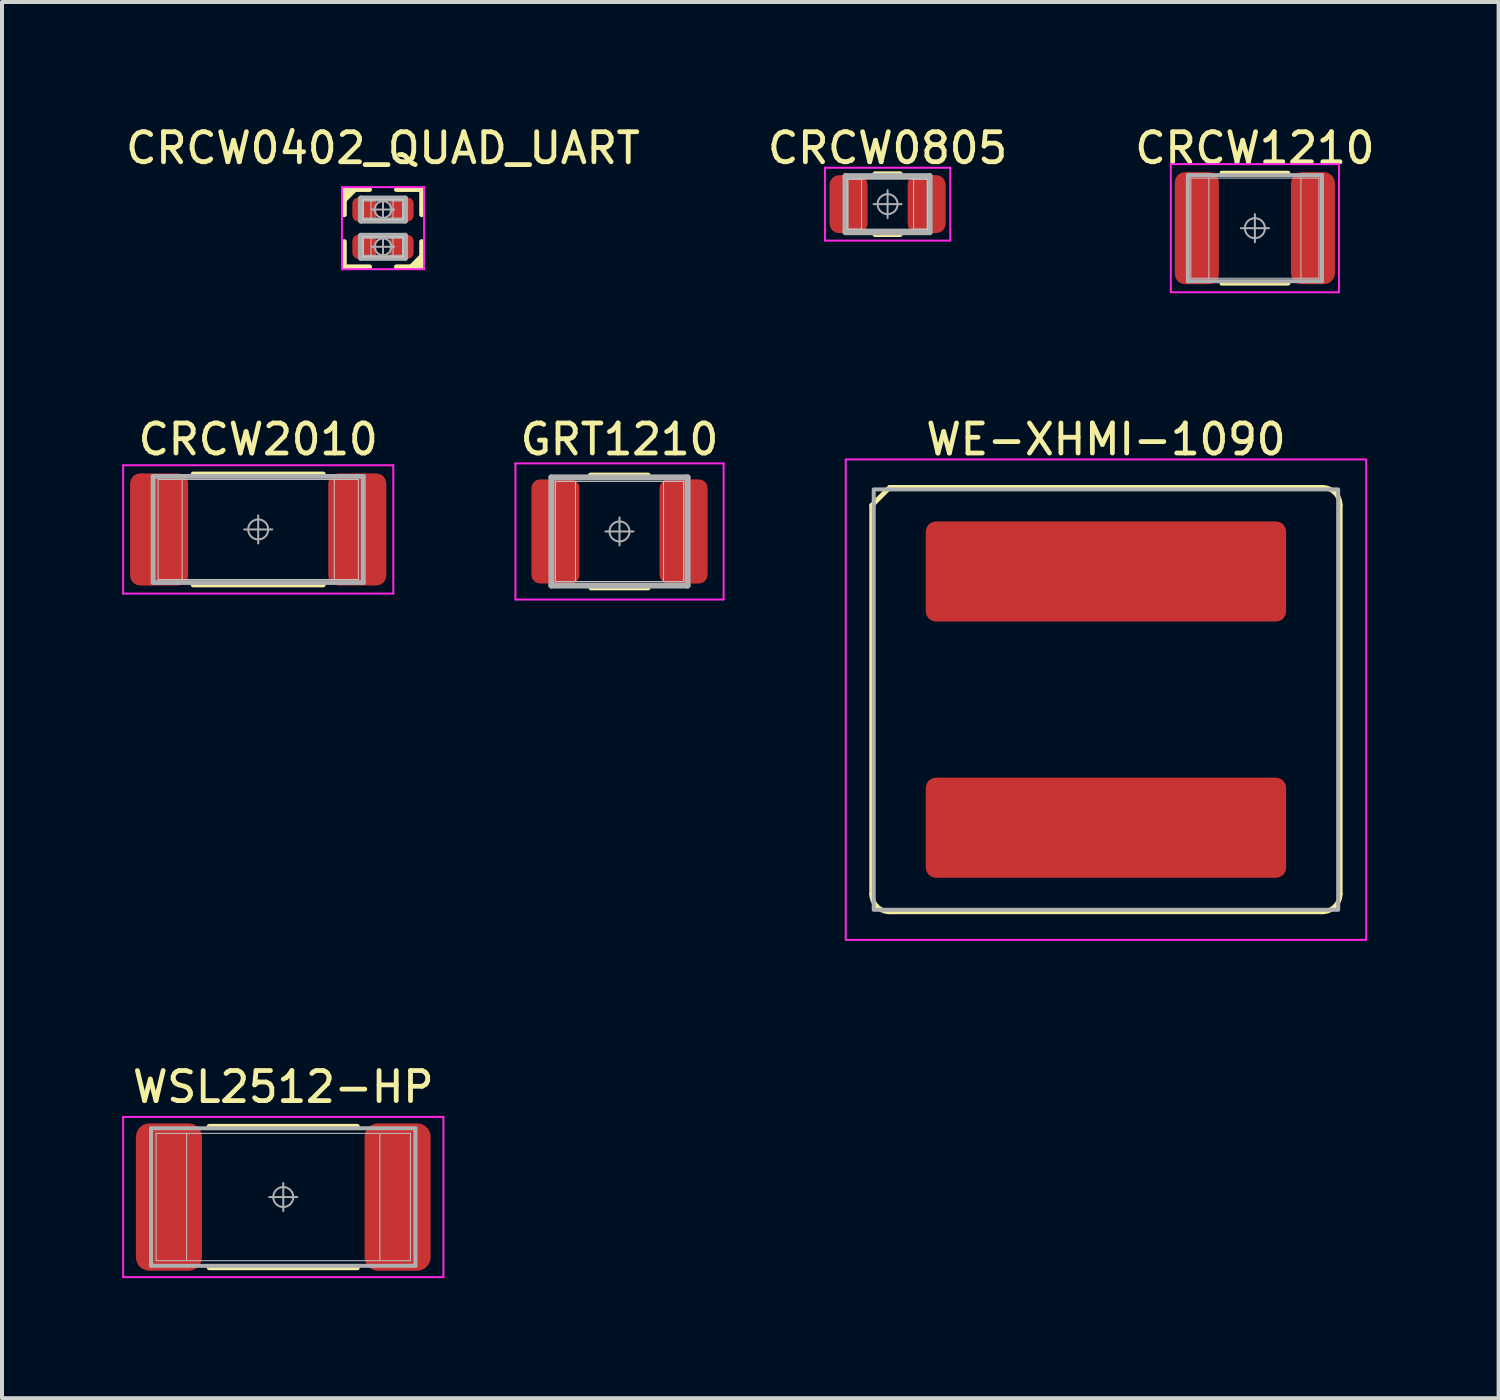
<source format=kicad_pcb>
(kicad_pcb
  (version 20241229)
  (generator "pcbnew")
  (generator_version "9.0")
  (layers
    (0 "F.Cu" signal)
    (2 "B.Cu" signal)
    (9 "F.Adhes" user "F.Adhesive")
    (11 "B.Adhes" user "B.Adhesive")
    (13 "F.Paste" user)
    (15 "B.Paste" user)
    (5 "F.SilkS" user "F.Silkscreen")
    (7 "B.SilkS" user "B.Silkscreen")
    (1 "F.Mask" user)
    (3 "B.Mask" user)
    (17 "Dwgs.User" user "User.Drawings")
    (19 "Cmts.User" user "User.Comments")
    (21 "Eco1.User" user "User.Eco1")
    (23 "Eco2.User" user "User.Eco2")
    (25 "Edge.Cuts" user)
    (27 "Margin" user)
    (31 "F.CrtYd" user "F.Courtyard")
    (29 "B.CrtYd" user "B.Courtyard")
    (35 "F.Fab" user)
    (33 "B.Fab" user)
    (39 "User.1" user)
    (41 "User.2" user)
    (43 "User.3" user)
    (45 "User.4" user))
  (footprint "CRCW1210"
    (layer "F.Cu")
    (at 28.293 2.649)
    (property "Reference" "CRCW1210" (at 0 -2 0) (layer "F.SilkS") (effects (font (size 0.75 0.75) (thickness 0.12))))
    (attr smd)
    (fp_line (start -0.825 -1.375) (end 0.825 -1.375) (stroke (width 0.12) (type solid)) (layer "F.SilkS"))
    (fp_line (start -0.825 1.375) (end 0.825 1.375) (stroke (width 0.12) (type solid)) (layer "F.SilkS"))
    (fp_line (start -1.6 -1.25) (end 1.6 -1.25) (stroke (width 0.025) (type solid)) (layer "Dwgs.User"))
    (fp_line (start -1.6 1.25) (end -1.6 -1.25) (stroke (width 0.025) (type solid)) (layer "Dwgs.User"))
    (fp_line (start -1.15 -1.25) (end -1.15 1.25) (stroke (width 0.025) (type solid)) (layer "Dwgs.User"))
    (fp_line (start 1.15 -1.25) (end 1.15 1.25) (stroke (width 0.025) (type solid)) (layer "Dwgs.User"))
    (fp_line (start 1.6 -1.25) (end 1.6 1.25) (stroke (width 0.025) (type solid)) (layer "Dwgs.User"))
    (fp_line (start 1.6 1.25) (end -1.6 1.25) (stroke (width 0.025) (type solid)) (layer "Dwgs.User"))
    (fp_line (start -2.1 -1.6) (end 2.1 -1.6) (stroke (width 0.05) (type solid)) (layer "F.CrtYd"))
    (fp_line (start -2.1 1.6) (end -2.1 -1.6) (stroke (width 0.05) (type solid)) (layer "F.CrtYd"))
    (fp_line (start 2.1 -1.6) (end 2.1 1.6) (stroke (width 0.05) (type solid)) (layer "F.CrtYd"))
    (fp_line (start 2.1 1.6) (end -2.1 1.6) (stroke (width 0.05) (type solid)) (layer "F.CrtYd"))
    (fp_line (start -1.675 -1.325) (end 1.675 -1.325) (stroke (width 0.1) (type solid)) (layer "F.Fab"))
    (fp_line (start -1.675 1.325) (end -1.675 -1.325) (stroke (width 0.1) (type solid)) (layer "F.Fab"))
    (fp_line (start 0 -0.35) (end 0 0.35) (stroke (width 0.05) (type solid)) (layer "F.Fab"))
    (fp_line (start 0.35 0) (end -0.35 0) (stroke (width 0.05) (type solid)) (layer "F.Fab"))
    (fp_line (start 1.675 -1.325) (end 1.675 1.325) (stroke (width 0.1) (type solid)) (layer "F.Fab"))
    (fp_line (start 1.675 1.325) (end -1.675 1.325) (stroke (width 0.1) (type solid)) (layer "F.Fab"))
    (fp_circle (center 0 0) (end 0.25 0) (stroke (width 0.05) (type solid)) (fill no) (layer "F.Fab"))
    (pad "1" smd roundrect (at -1.45 0) (size 1.1 2.8) (layers "F.Cu" "F.Mask" "F.Paste") (roundrect_rratio 0.227))
    (pad "2" smd roundrect (at 1.45 0) (size 1.1 2.8) (layers "F.Cu" "F.Mask" "F.Paste") (roundrect_rratio 0.25)))
  (footprint "WSL2512-HP"
    (layer "F.Cu")
    (at 4.025 26.848)
    (property "Reference" "WSL2512-HP" (at 0 -2.75 0) (layer "F.SilkS") (effects (font (size 0.75 0.75) (thickness 0.12))))
    (attr smd)
    (fp_line (start -1.85 -1.767) (end 1.85 -1.767) (stroke (width 0.12) (type solid)) (layer "F.SilkS"))
    (fp_line (start -1.85 1.767) (end 1.85 1.767) (stroke (width 0.12) (type solid)) (layer "F.SilkS"))
    (fp_line (start -3.175 -1.59) (end 3.175 -1.59) (stroke (width 0.025) (type solid)) (layer "Dwgs.User"))
    (fp_line (start -3.175 1.59) (end -3.175 -1.59) (stroke (width 0.025) (type solid)) (layer "Dwgs.User"))
    (fp_line (start -2.413 -1.59) (end -2.413 1.59) (stroke (width 0.025) (type solid)) (layer "Dwgs.User"))
    (fp_line (start 2.413 1.59) (end 2.413 -1.59) (stroke (width 0.025) (type solid)) (layer "Dwgs.User"))
    (fp_line (start 3.175 -1.59) (end 3.175 1.59) (stroke (width 0.025) (type solid)) (layer "Dwgs.User"))
    (fp_line (start 3.175 1.59) (end -3.175 1.59) (stroke (width 0.025) (type solid)) (layer "Dwgs.User"))
    (fp_line (start -4 -2) (end 4 -2) (stroke (width 0.05) (type solid)) (layer "F.CrtYd"))
    (fp_line (start -4 2) (end -4 -2) (stroke (width 0.05) (type solid)) (layer "F.CrtYd"))
    (fp_line (start 4 -2) (end 4 2) (stroke (width 0.05) (type solid)) (layer "F.CrtYd"))
    (fp_line (start 4 2) (end -4 2) (stroke (width 0.05) (type solid)) (layer "F.CrtYd"))
    (fp_line (start -3.302 -1.717) (end 3.302 -1.717) (stroke (width 0.1) (type solid)) (layer "F.Fab"))
    (fp_line (start -3.302 1.717) (end -3.302 -1.717) (stroke (width 0.1) (type solid)) (layer "F.Fab"))
    (fp_line (start 0 -0.35) (end 0 0.35) (stroke (width 0.05) (type solid)) (layer "F.Fab"))
    (fp_line (start 0.35 0) (end -0.35 0) (stroke (width 0.05) (type solid)) (layer "F.Fab"))
    (fp_line (start 3.302 -1.717) (end 3.302 1.717) (stroke (width 0.1) (type solid)) (layer "F.Fab"))
    (fp_line (start 3.302 1.717) (end -3.302 1.717) (stroke (width 0.1) (type solid)) (layer "F.Fab"))
    (fp_circle (center 0 0) (end 0.25 0) (stroke (width 0.05) (type solid)) (fill no) (layer "F.Fab"))
    (pad "1" smd roundrect (at -2.855 0) (size 1.65 3.68) (layers "F.Cu" "F.Mask" "F.Paste") (roundrect_rratio 0.2))
    (pad "2" smd roundrect (at 2.855 0) (size 1.65 3.68) (layers "F.Cu" "F.Mask" "F.Paste") (roundrect_rratio 0.2)))
  (footprint "WE-XHMI-1090"
    (layer "F.Cu")
    (at 24.573 14.424)
    (property "Reference" "WE-XHMI-1090" (at 0 -6.5 0) (unlocked yes) (layer "F.SilkS") (effects (font (size 0.75 0.75) (thickness 0.12))))
    (attr smd)
    (fp_line (start -5.85 -4.85) (end -5.85 4.85) (stroke (width 0.12) (type solid)) (layer "F.SilkS"))
    (fp_line (start -5.4 -5.3) (end -5.85 -4.85) (stroke (width 0.12) (type solid)) (layer "F.SilkS"))
    (fp_line (start -5.4 5.3) (end 5.4 5.3) (stroke (width 0.12) (type solid)) (layer "F.SilkS"))
    (fp_line (start 5.4 -5.3) (end -5.4 -5.3) (stroke (width 0.12) (type solid)) (layer "F.SilkS"))
    (fp_line (start 5.85 4.85) (end 5.85 -4.85) (stroke (width 0.12) (type solid)) (layer "F.SilkS"))
    (fp_arc (start -5.4 5.3) (mid -5.718198 5.168198) (end -5.85 4.85) (stroke (width 0.12) (type solid)) (layer "F.SilkS"))
    (fp_arc (start 5.4 -5.3) (mid 5.718198 -5.168198) (end 5.85 -4.85) (stroke (width 0.12) (type solid)) (layer "F.SilkS"))
    (fp_arc (start 5.85 4.85) (mid 5.718198 5.168198) (end 5.4 5.3) (stroke (width 0.12) (type solid)) (layer "F.SilkS"))
    (fp_rect (start -6.5 -6) (end 6.5 6) (stroke (width 0.05) (type solid)) (fill no) (layer "F.CrtYd"))
    (fp_rect (start -5.8 -5.25) (end 5.8 5.25) (stroke (width 0.1) (type solid)) (fill no) (layer "F.Fab"))
    (pad "1" smd roundrect (at 0 -3.2) (size 9 2.5) (layers "F.Cu" "F.Mask" "F.Paste") (roundrect_rratio 0.1))
    (pad "2" smd roundrect (at 0 3.2) (size 9 2.5) (layers "F.Cu" "F.Mask" "F.Paste") (roundrect_rratio 0.1)))
  (footprint "CRCW0402_QUAD_UART"
    (layer "F.Cu")
    (at 6.516 2.649)
    (property "Reference" "CRCW0402_QUAD_UART" (at 0 -2 0) (layer "F.SilkS") (effects (font (size 0.75 0.75) (thickness 0.12))))
    (attr smd)
    (fp_line (start -0.965 -0.965) (end -0.335 -0.965) (stroke (width 0.12) (type solid)) (layer "F.SilkS"))
    (fp_line (start -0.965 -0.335) (end -0.965 -0.965) (stroke (width 0.12) (type solid)) (layer "F.SilkS"))
    (fp_line (start -0.965 0.965) (end -0.965 0.335) (stroke (width 0.12) (type solid)) (layer "F.SilkS"))
    (fp_line (start -0.335 0.965) (end -0.965 0.965) (stroke (width 0.12) (type solid)) (layer "F.SilkS"))
    (fp_line (start 0.335 0.965) (end 0.965 0.965) (stroke (width 0.12) (type solid)) (layer "F.SilkS"))
    (fp_line (start 0.965 -0.965) (end 0.335 -0.965) (stroke (width 0.12) (type solid)) (layer "F.SilkS"))
    (fp_line (start 0.965 -0.335) (end 0.965 -0.965) (stroke (width 0.12) (type solid)) (layer "F.SilkS"))
    (fp_line (start 0.965 0.965) (end 0.965 0.335) (stroke (width 0.12) (type solid)) (layer "F.SilkS"))
    (fp_poly (pts (xy -0.965 -0.965) (xy -0.7 -0.965) (xy -0.965 -0.7)) (stroke (width 0.12) (type solid)) (fill yes) (layer "F.SilkS"))
    (fp_poly (pts (xy 0.965 0.965) (xy 0.7 0.965) (xy 0.965 0.7)) (stroke (width 0.12) (type solid)) (fill yes) (layer "F.SilkS"))
    (fp_line (start -0.5 -0.715) (end -0.3 -0.715) (stroke (width 0.025) (type solid)) (layer "Dwgs.User"))
    (fp_line (start -0.5 -0.715) (end 0.5 -0.715) (stroke (width 0.025) (type solid)) (layer "Dwgs.User"))
    (fp_line (start -0.5 -0.215) (end -0.5 -0.715) (stroke (width 0.025) (type solid)) (layer "Dwgs.User"))
    (fp_line (start -0.5 -0.215) (end -0.5 -0.715) (stroke (width 0.025) (type solid)) (layer "Dwgs.User"))
    (fp_line (start -0.5 0.215) (end -0.3 0.215) (stroke (width 0.025) (type solid)) (layer "Dwgs.User"))
    (fp_line (start -0.5 0.215) (end 0.5 0.215) (stroke (width 0.025) (type solid)) (layer "Dwgs.User"))
    (fp_line (start -0.5 0.715) (end -0.5 0.215) (stroke (width 0.025) (type solid)) (layer "Dwgs.User"))
    (fp_line (start -0.5 0.715) (end -0.5 0.215) (stroke (width 0.025) (type solid)) (layer "Dwgs.User"))
    (fp_line (start -0.3 -0.715) (end -0.3 -0.215) (stroke (width 0.025) (type solid)) (layer "Dwgs.User"))
    (fp_line (start -0.3 -0.215) (end -0.5 -0.215) (stroke (width 0.025) (type solid)) (layer "Dwgs.User"))
    (fp_line (start -0.3 0.215) (end -0.3 0.715) (stroke (width 0.025) (type solid)) (layer "Dwgs.User"))
    (fp_line (start -0.3 0.715) (end -0.5 0.715) (stroke (width 0.025) (type solid)) (layer "Dwgs.User"))
    (fp_line (start 0.25 -0.715) (end 0.5 -0.715) (stroke (width 0.025) (type solid)) (layer "Dwgs.User"))
    (fp_line (start 0.25 -0.215) (end 0.25 -0.715) (stroke (width 0.025) (type solid)) (layer "Dwgs.User"))
    (fp_line (start 0.25 0.215) (end 0.5 0.215) (stroke (width 0.025) (type solid)) (layer "Dwgs.User"))
    (fp_line (start 0.25 0.715) (end 0.25 0.215) (stroke (width 0.025) (type solid)) (layer "Dwgs.User"))
    (fp_line (start 0.5 -0.715) (end 0.5 -0.215) (stroke (width 0.025) (type solid)) (layer "Dwgs.User"))
    (fp_line (start 0.5 -0.715) (end 0.5 -0.215) (stroke (width 0.025) (type solid)) (layer "Dwgs.User"))
    (fp_line (start 0.5 -0.215) (end -0.5 -0.215) (stroke (width 0.025) (type solid)) (layer "Dwgs.User"))
    (fp_line (start 0.5 -0.215) (end 0.25 -0.215) (stroke (width 0.025) (type solid)) (layer "Dwgs.User"))
    (fp_line (start 0.5 0.215) (end 0.5 0.715) (stroke (width 0.025) (type solid)) (layer "Dwgs.User"))
    (fp_line (start 0.5 0.215) (end 0.5 0.715) (stroke (width 0.025) (type solid)) (layer "Dwgs.User"))
    (fp_line (start 0.5 0.715) (end -0.5 0.715) (stroke (width 0.025) (type solid)) (layer "Dwgs.User"))
    (fp_line (start 0.5 0.715) (end 0.25 0.715) (stroke (width 0.025) (type solid)) (layer "Dwgs.User"))
    (fp_line (start -1.025 -1.025) (end 1.025 -1.025) (stroke (width 0.05) (type solid)) (layer "F.CrtYd"))
    (fp_line (start -1.025 1.025) (end -1.025 -1.025) (stroke (width 0.05) (type solid)) (layer "F.CrtYd"))
    (fp_line (start 1.025 -1.025) (end 1.025 1.025) (stroke (width 0.05) (type solid)) (layer "F.CrtYd"))
    (fp_line (start 1.025 1.025) (end -1.025 1.025) (stroke (width 0.05) (type solid)) (layer "F.CrtYd"))
    (fp_line (start -0.55 -0.74) (end 0.55 -0.74) (stroke (width 0.15) (type solid)) (layer "F.Fab"))
    (fp_line (start -0.55 -0.19) (end -0.55 -0.74) (stroke (width 0.15) (type solid)) (layer "F.Fab"))
    (fp_line (start -0.55 0.19) (end 0.55 0.19) (stroke (width 0.15) (type solid)) (layer "F.Fab"))
    (fp_line (start -0.55 0.74) (end -0.55 0.19) (stroke (width 0.15) (type solid)) (layer "F.Fab"))
    (fp_line (start 0 -0.743) (end 0 -0.187) (stroke (width 0.05) (type solid)) (layer "F.Fab"))
    (fp_line (start 0 0.187) (end 0 0.743) (stroke (width 0.05) (type solid)) (layer "F.Fab"))
    (fp_line (start 0.278 -0.465) (end -0.278 -0.465) (stroke (width 0.05) (type solid)) (layer "F.Fab"))
    (fp_line (start 0.278 0.465) (end -0.278 0.465) (stroke (width 0.05) (type solid)) (layer "F.Fab"))
    (fp_line (start 0.55 -0.74) (end 0.55 -0.19) (stroke (width 0.15) (type solid)) (layer "F.Fab"))
    (fp_line (start 0.55 -0.19) (end -0.55 -0.19) (stroke (width 0.15) (type solid)) (layer "F.Fab"))
    (fp_line (start 0.55 0.19) (end 0.55 0.74) (stroke (width 0.15) (type solid)) (layer "F.Fab"))
    (fp_line (start 0.55 0.74) (end -0.55 0.74) (stroke (width 0.15) (type solid)) (layer "F.Fab"))
    (fp_circle (center 0 -0.465) (end 0.208 -0.465) (stroke (width 0.05) (type solid)) (fill no) (layer "F.Fab"))
    (fp_circle (center 0 0.465) (end 0.208 0.465) (stroke (width 0.05) (type solid)) (fill no) (layer "F.Fab"))
    (pad "1" smd roundrect (at -0.465 -0.465) (size 0.6 0.6) (layers "F.Cu" "F.Mask" "F.Paste") (roundrect_rratio 0.25))
    (pad "2" smd roundrect (at 0.465 -0.465) (size 0.6 0.6) (layers "F.Cu" "F.Mask" "F.Paste") (roundrect_rratio 0.25))
    (pad "3" smd roundrect (at 0.465 0.465) (size 0.6 0.6) (layers "F.Cu" "F.Mask" "F.Paste") (roundrect_rratio 0.25))
    (pad "4" smd roundrect (at -0.465 0.465) (size 0.6 0.6) (layers "F.Cu" "F.Mask" "F.Paste") (roundrect_rratio 0.25)))
  (footprint "GRT1210"
    (layer "F.Cu")
    (at 12.423 10.224)
    (property "Reference" "GRT1210" (at 0 -2.3 0) (layer "F.SilkS") (effects (font (size 0.75 0.75) (thickness 0.12))))
    (attr smd)
    (fp_line (start -0.725 -1.41) (end 0.713 -1.41) (stroke (width 0.12) (type solid)) (layer "F.SilkS"))
    (fp_line (start -0.713 1.41) (end 0.713 1.41) (stroke (width 0.12) (type solid)) (layer "F.SilkS"))
    (fp_line (start -1.6 -1.25) (end 1.6 -1.25) (stroke (width 0.025) (type solid)) (layer "Dwgs.User"))
    (fp_line (start -1.6 1.25) (end -1.6 -1.25) (stroke (width 0.025) (type solid)) (layer "Dwgs.User"))
    (fp_line (start -1.1 -1.25) (end -1.1 1.25) (stroke (width 0.025) (type solid)) (layer "Dwgs.User"))
    (fp_line (start 1.1 1.25) (end 1.1 -1.25) (stroke (width 0.025) (type solid)) (layer "Dwgs.User"))
    (fp_line (start 1.6 -1.25) (end 1.6 1.25) (stroke (width 0.025) (type solid)) (layer "Dwgs.User"))
    (fp_line (start 1.6 1.25) (end -1.6 1.25) (stroke (width 0.025) (type solid)) (layer "Dwgs.User"))
    (fp_line (start -2.6 -1.7) (end 2.6 -1.7) (stroke (width 0.05) (type solid)) (layer "F.CrtYd"))
    (fp_line (start -2.6 1.7) (end -2.6 -1.7) (stroke (width 0.05) (type solid)) (layer "F.CrtYd"))
    (fp_line (start 2.6 -1.7) (end 2.6 1.7) (stroke (width 0.05) (type solid)) (layer "F.CrtYd"))
    (fp_line (start 2.6 1.7) (end -2.6 1.7) (stroke (width 0.05) (type solid)) (layer "F.CrtYd"))
    (fp_line (start -1.7 -1.35) (end 1.7 -1.35) (stroke (width 0.15) (type solid)) (layer "F.Fab"))
    (fp_line (start -1.7 1.35) (end -1.7 -1.35) (stroke (width 0.15) (type solid)) (layer "F.Fab"))
    (fp_line (start 0 -0.35) (end 0 0.35) (stroke (width 0.05) (type solid)) (layer "F.Fab"))
    (fp_line (start 0.35 0) (end -0.35 0) (stroke (width 0.05) (type solid)) (layer "F.Fab"))
    (fp_line (start 1.7 -1.35) (end 1.7 1.35) (stroke (width 0.15) (type solid)) (layer "F.Fab"))
    (fp_line (start 1.7 1.35) (end -1.7 1.35) (stroke (width 0.15) (type solid)) (layer "F.Fab"))
    (fp_circle (center 0 0) (end 0.25 0) (stroke (width 0.05) (type solid)) (fill no) (layer "F.Fab"))
    (pad "1" smd roundrect (at -1.6 0) (size 1.2 2.6) (layers "F.Cu" "F.Mask" "F.Paste") (roundrect_rratio 0.179))
    (pad "2" smd roundrect (at 1.6 0) (size 1.2 2.6) (layers "F.Cu" "F.Mask" "F.Paste") (roundrect_rratio 0.179)))
  (footprint "CRCW2010"
    (layer "F.Cu")
    (at 3.399 10.174)
    (property "Reference" "CRCW2010" (at 0 -2.25 0) (layer "F.SilkS") (effects (font (size 0.75 0.75) (thickness 0.12))))
    (attr smd)
    (fp_line (start -1.625 -1.385) (end 1.625 -1.385) (stroke (width 0.12) (type solid)) (layer "F.SilkS"))
    (fp_line (start -1.625 1.385) (end 1.625 1.385) (stroke (width 0.12) (type solid)) (layer "F.SilkS"))
    (fp_line (start -2.5 -1.25) (end 2.5 -1.25) (stroke (width 0.025) (type solid)) (layer "Dwgs.User"))
    (fp_line (start -2.5 1.25) (end -2.5 -1.25) (stroke (width 0.025) (type solid)) (layer "Dwgs.User"))
    (fp_line (start -1.9 -1.25) (end -1.9 1.25) (stroke (width 0.025) (type solid)) (layer "Dwgs.User"))
    (fp_line (start 1.9 -1.25) (end 1.9 1.25) (stroke (width 0.025) (type solid)) (layer "Dwgs.User"))
    (fp_line (start 2.5 -1.25) (end 2.5 1.25) (stroke (width 0.025) (type solid)) (layer "Dwgs.User"))
    (fp_line (start 2.5 1.25) (end -2.5 1.25) (stroke (width 0.025) (type solid)) (layer "Dwgs.User"))
    (fp_line (start -3.374 -1.603) (end 3.374 -1.603) (stroke (width 0.05) (type solid)) (layer "F.CrtYd"))
    (fp_line (start -3.374 1.603) (end -3.374 -1.603) (stroke (width 0.05) (type solid)) (layer "F.CrtYd"))
    (fp_line (start 3.374 -1.603) (end 3.374 1.603) (stroke (width 0.05) (type solid)) (layer "F.CrtYd"))
    (fp_line (start 3.374 1.603) (end -3.374 1.603) (stroke (width 0.05) (type solid)) (layer "F.CrtYd"))
    (fp_line (start -2.625 -1.325) (end 2.625 -1.325) (stroke (width 0.12) (type solid)) (layer "F.Fab"))
    (fp_line (start -2.625 1.325) (end -2.625 -1.325) (stroke (width 0.12) (type solid)) (layer "F.Fab"))
    (fp_line (start 0 -0.35) (end 0 0.35) (stroke (width 0.05) (type solid)) (layer "F.Fab"))
    (fp_line (start 0.35 0) (end -0.35 0) (stroke (width 0.05) (type solid)) (layer "F.Fab"))
    (fp_line (start 2.625 -1.325) (end 2.625 1.325) (stroke (width 0.12) (type solid)) (layer "F.Fab"))
    (fp_line (start 2.625 1.325) (end -2.625 1.325) (stroke (width 0.12) (type solid)) (layer "F.Fab"))
    (fp_circle (center 0 0) (end 0.25 0) (stroke (width 0.05) (type solid)) (fill no) (layer "F.Fab"))
    (pad "1" smd roundrect (at -2.475 0) (size 1.45 2.8) (layers "F.Cu" "F.Mask" "F.Paste") (roundrect_rratio 0.172))
    (pad "2" smd roundrect (at 2.475 0) (size 1.45 2.8) (layers "F.Cu" "F.Mask" "F.Paste") (roundrect_rratio 0.172)))
  (footprint "CRCW0805"
    (layer "F.Cu")
    (at 19.119 2.049)
    (property "Reference" "CRCW0805" (at 0 -1.4 0) (layer "F.SilkS") (effects (font (size 0.75 0.75) (thickness 0.12))))
    (attr smd)
    (fp_line (start -0.315 -0.76) (end 0.315 -0.76) (stroke (width 0.12) (type solid)) (layer "F.SilkS"))
    (fp_line (start -0.315 0.76) (end 0.315 0.76) (stroke (width 0.12) (type solid)) (layer "F.SilkS"))
    (fp_line (start -1 -0.625) (end -0.65 -0.625) (stroke (width 0.025) (type solid)) (layer "Dwgs.User"))
    (fp_line (start -1 -0.625) (end 1 -0.625) (stroke (width 0.025) (type solid)) (layer "Dwgs.User"))
    (fp_line (start -1 0.625) (end -1 -0.625) (stroke (width 0.025) (type solid)) (layer "Dwgs.User"))
    (fp_line (start -1 0.625) (end -1 -0.625) (stroke (width 0.025) (type solid)) (layer "Dwgs.User"))
    (fp_line (start -0.65 -0.625) (end -0.65 0.625) (stroke (width 0.025) (type solid)) (layer "Dwgs.User"))
    (fp_line (start -0.65 0.625) (end -1 0.625) (stroke (width 0.025) (type solid)) (layer "Dwgs.User"))
    (fp_line (start 0.65 -0.625) (end 1 -0.625) (stroke (width 0.025) (type solid)) (layer "Dwgs.User"))
    (fp_line (start 0.65 0.625) (end 0.65 -0.625) (stroke (width 0.025) (type solid)) (layer "Dwgs.User"))
    (fp_line (start 1 -0.625) (end 1 0.625) (stroke (width 0.025) (type solid)) (layer "Dwgs.User"))
    (fp_line (start 1 -0.625) (end 1 0.625) (stroke (width 0.025) (type solid)) (layer "Dwgs.User"))
    (fp_line (start 1 0.625) (end -1 0.625) (stroke (width 0.025) (type solid)) (layer "Dwgs.User"))
    (fp_line (start 1 0.625) (end 0.65 0.625) (stroke (width 0.025) (type solid)) (layer "Dwgs.User"))
    (fp_line (start -1.565 -0.91) (end 1.565 -0.91) (stroke (width 0.05) (type solid)) (layer "F.CrtYd"))
    (fp_line (start -1.565 0.91) (end -1.565 -0.91) (stroke (width 0.05) (type solid)) (layer "F.CrtYd"))
    (fp_line (start 1.565 -0.91) (end 1.565 0.91) (stroke (width 0.05) (type solid)) (layer "F.CrtYd"))
    (fp_line (start 1.565 0.91) (end -1.565 0.91) (stroke (width 0.05) (type solid)) (layer "F.CrtYd"))
    (fp_line (start -1.05 -0.7) (end 1.05 -0.7) (stroke (width 0.15) (type solid)) (layer "F.Fab"))
    (fp_line (start -1.05 0.7) (end -1.05 -0.7) (stroke (width 0.15) (type solid)) (layer "F.Fab"))
    (fp_line (start 0 -0.35) (end 0 0.35) (stroke (width 0.05) (type solid)) (layer "F.Fab"))
    (fp_line (start 0.35 0) (end -0.35 0) (stroke (width 0.05) (type solid)) (layer "F.Fab"))
    (fp_line (start 1.05 -0.7) (end 1.05 0.7) (stroke (width 0.15) (type solid)) (layer "F.Fab"))
    (fp_line (start 1.05 0.7) (end -1.05 0.7) (stroke (width 0.15) (type solid)) (layer "F.Fab"))
    (fp_circle (center 0 0) (end 0.25 0) (stroke (width 0.05) (type solid)) (fill no) (layer "F.Fab"))
    (pad "1" smd roundrect (at -0.975 0) (size 0.95 1.45) (layers "F.Cu" "F.Mask" "F.Paste") (roundrect_rratio 0.25))
    (pad "2" smd roundrect (at 0.975 0) (size 0.95 1.45) (layers "F.Cu" "F.Mask" "F.Paste") (roundrect_rratio 0.25)))
  (gr_rect
    (start -3 -3)
    (end 34.38 31.873)
    (stroke (width 0.1) (type default))
    (fill no)
    (layer "Edge.Cuts")))
</source>
